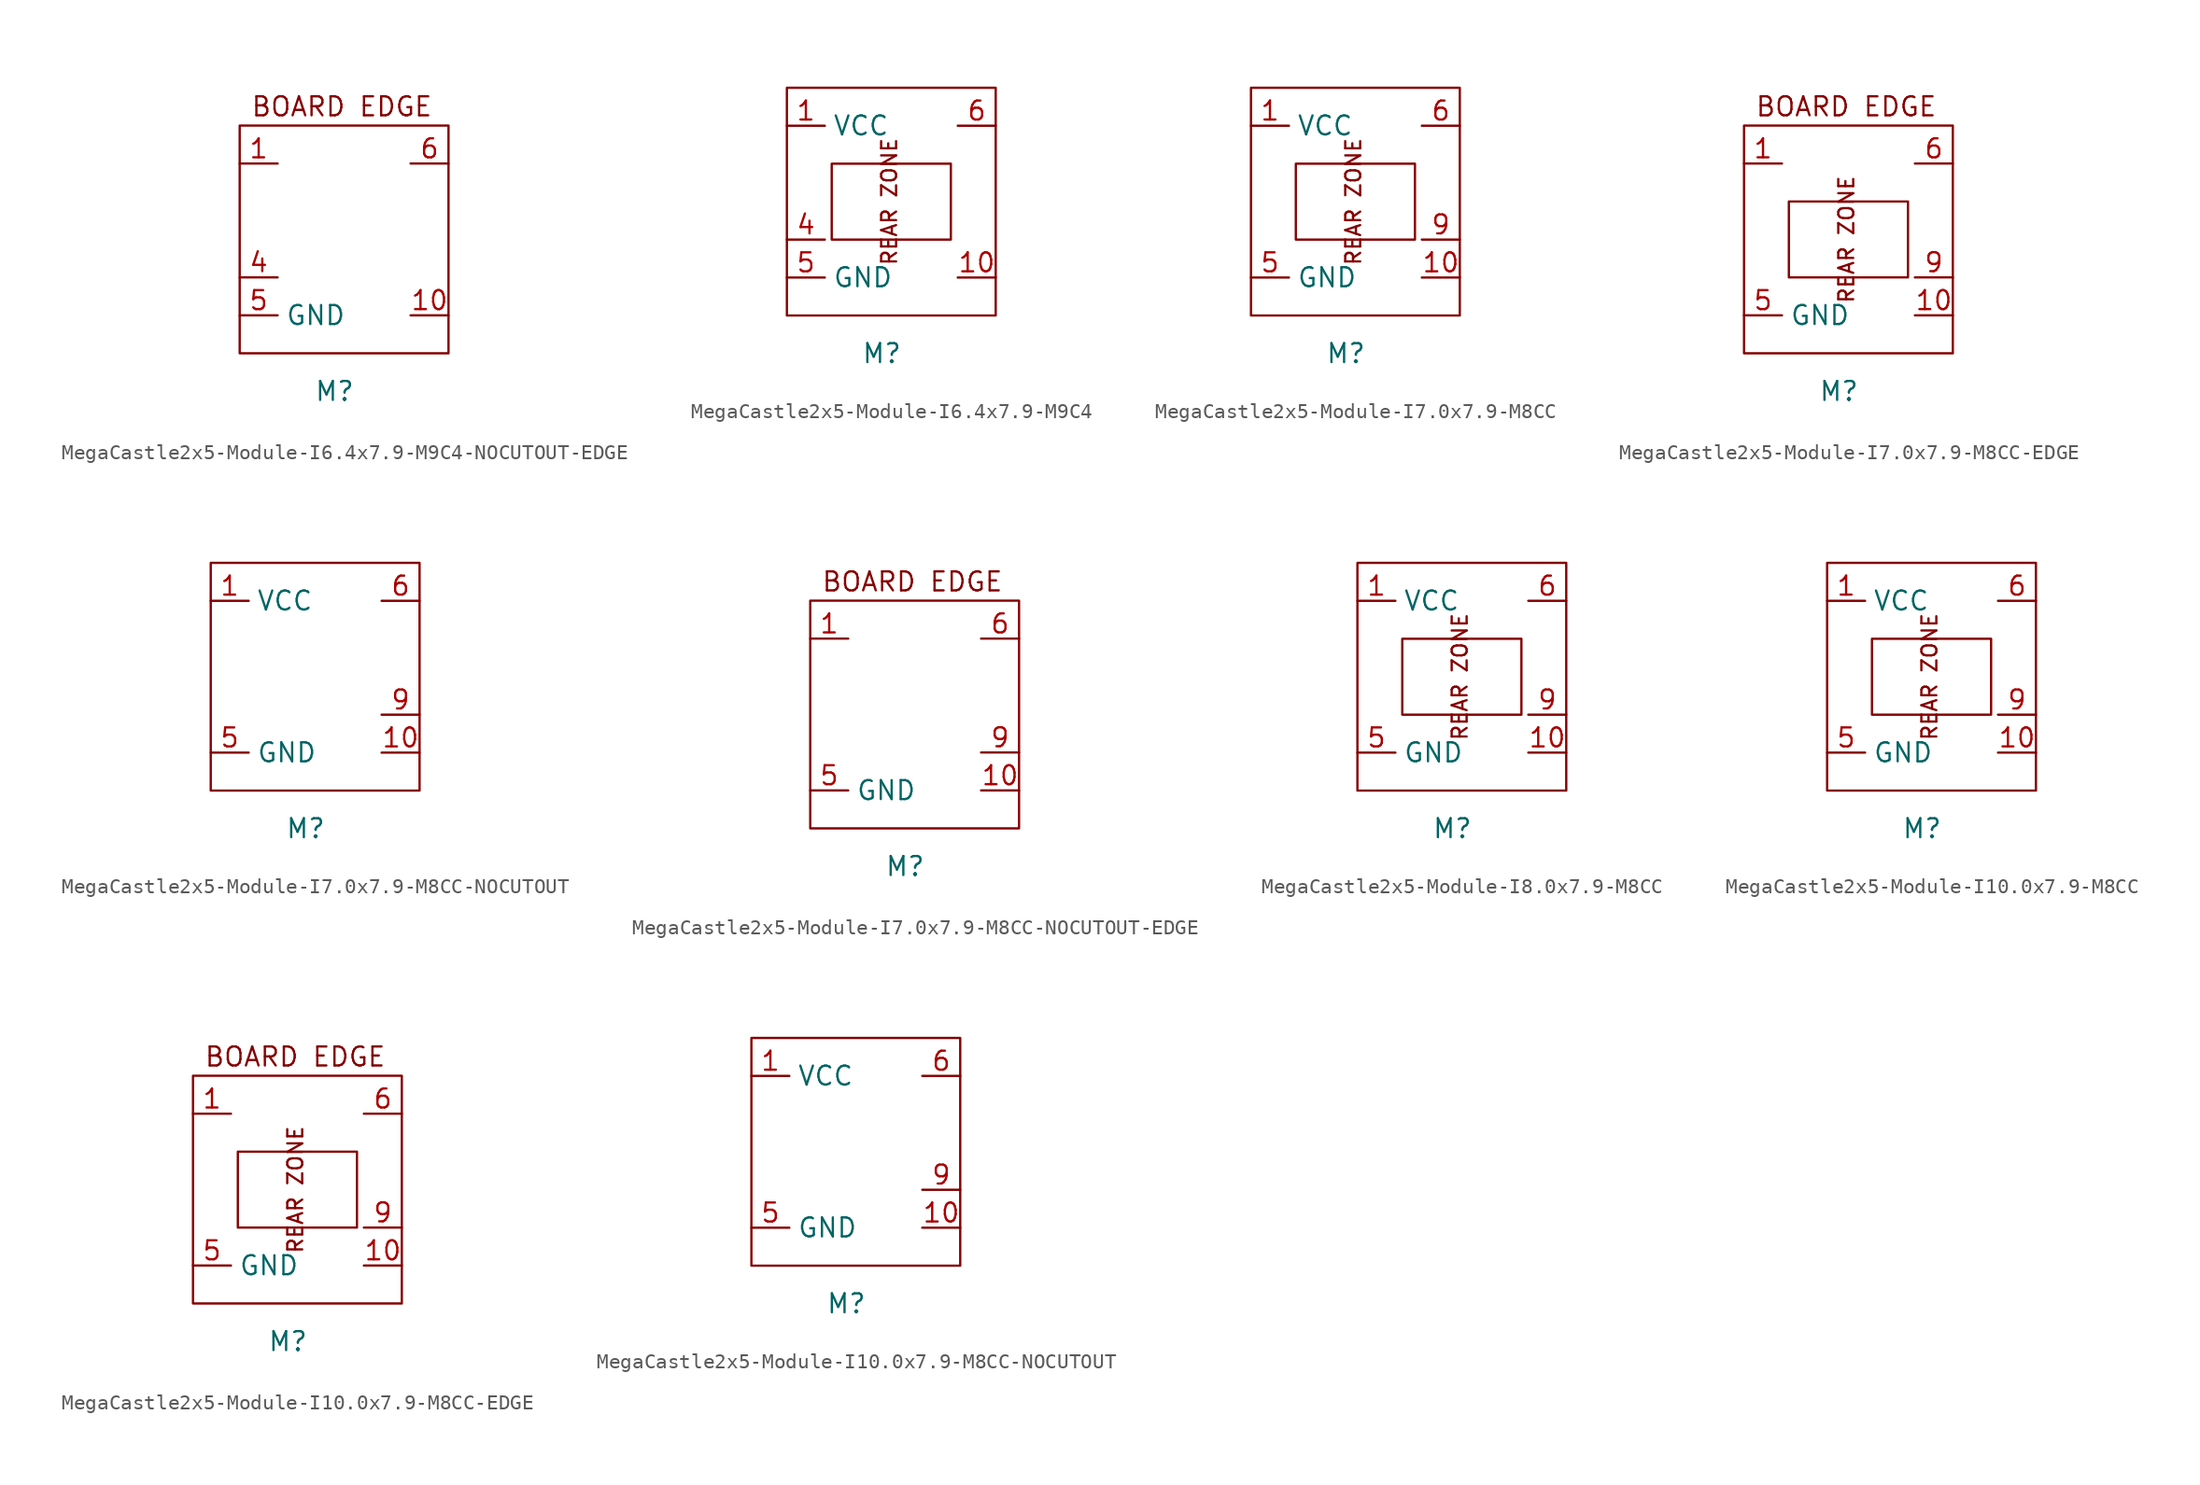
<source format=kicad_sym>
(kicad_symbol_lib
  (version 20241209)
  (generator "kicad_symbol_editor")
  (generator_version "9.0")
  (symbol "MegaCastle2x5-Module-I6.4x7.9-M9C4-NOCUTOUT-EDGE"
    (property "Reference" "M"
      (at 0 -10.16 0)
      (effects (font (size 1.27 1.27))))
    (property "Value" ""
      (at 0 5.08 0)
      (effects (font (size 1.27 1.27))))
    (symbol "MegaCastle2x5-Module-I6.4x7.9-M9C4-NOCUTOUT-EDGE_0_1"
      (rectangle (start -6.35 7.62) (end 7.62 -7.62) (stroke (width 0) (type default)) (fill (type none))))
    (symbol "MegaCastle2x5-Module-I6.4x7.9-M9C4-NOCUTOUT-EDGE_1_1"
      (text " BOARD EDGE" (at 0 8.89 0) (effects (font (size 1.27 1.27))))
      (pin bidirectional line (at -6.35 5.08 0) (length 2.54) (name "" (effects (font (size 1.27 1.27)))) (number "1" (effects (font (size 1.27 1.27)))))
      (pin bidirectional line (at -6.35 -2.54 0) (length 2.54) (name "" (effects (font (size 1.27 1.27)))) (number "4" (effects (font (size 1.27 1.27)))))
      (pin bidirectional line (at -6.35 -5.08 0) (length 2.54) (name "GND" (effects (font (size 1.27 1.27)))) (number "5" (effects (font (size 1.27 1.27)))))
      (pin bidirectional line (at 7.62 5.08 180) (length 2.54) (name "" (effects (font (size 1.27 1.27)))) (number "6" (effects (font (size 1.27 1.27)))))
      (pin bidirectional line (at 7.62 -5.08 180) (length 2.54) (name "" (effects (font (size 1.27 1.27)))) (number "10" (effects (font (size 1.27 1.27)))))))
  (symbol "MegaCastle2x5-Module-I6.4x7.9-M9C4"
    (property "Reference" "M"
      (at 0 -10.16 0)
      (effects (font (size 1.27 1.27))))
    (property "Value" ""
      (at 0 5.08 0)
      (effects (font (size 1.27 1.27))))
    (symbol "MegaCastle2x5-Module-I6.4x7.9-M9C4_0_1"
      (rectangle (start -6.35 7.62) (end 7.62 -7.62) (stroke (width 0) (type default)) (fill (type none)))
      (rectangle (start -3.35 2.54) (end 4.62 -2.54) (stroke (width 0) (type default)) (fill (type none))))
    (symbol "MegaCastle2x5-Module-I6.4x7.9-M9C4_1_1"
      (text "REAR ZONE" (at 0.5 0 900) (effects (font (size 1 1))))
      (pin bidirectional line (at -6.35 5.08 0) (length 2.54) (name "VCC" (effects (font (size 1.27 1.27)))) (number "1" (effects (font (size 1.27 1.27)))))
      (pin bidirectional line (at -6.35 -2.54 0) (length 2.54) (name "" (effects (font (size 1.27 1.27)))) (number "4" (effects (font (size 1.27 1.27)))))
      (pin bidirectional line (at -6.35 -5.08 0) (length 2.54) (name "GND" (effects (font (size 1.27 1.27)))) (number "5" (effects (font (size 1.27 1.27)))))
      (pin bidirectional line (at 7.62 5.08 180) (length 2.54) (name "" (effects (font (size 1.27 1.27)))) (number "6" (effects (font (size 1.27 1.27)))))
      (pin bidirectional line (at 7.62 -5.08 180) (length 2.54) (name "" (effects (font (size 1.27 1.27)))) (number "10" (effects (font (size 1.27 1.27)))))))
  (symbol "MegaCastle2x5-Module-I7.0x7.9-M8CC"
    (property "Reference" "M"
      (at 0 -10.16 0)
      (effects (font (size 1.27 1.27))))
    (property "Value" ""
      (at 0 5.08 0)
      (effects (font (size 1.27 1.27))))
    (symbol "MegaCastle2x5-Module-I7.0x7.9-M8CC_0_1"
      (rectangle (start -6.35 7.62) (end 7.62 -7.62) (stroke (width 0) (type default)) (fill (type none)))
      (rectangle (start -3.35 2.54) (end 4.62 -2.54) (stroke (width 0) (type default)) (fill (type none))))
    (symbol "MegaCastle2x5-Module-I7.0x7.9-M8CC_1_1"
      (text "REAR ZONE" (at 0.5 0 900) (effects (font (size 1 1))))
      (pin bidirectional line (at -6.35 5.08 0) (length 2.54) (name "VCC" (effects (font (size 1.27 1.27)))) (number "1" (effects (font (size 1.27 1.27)))))
      (pin bidirectional line (at -6.35 -5.08 0) (length 2.54) (name "GND" (effects (font (size 1.27 1.27)))) (number "5" (effects (font (size 1.27 1.27)))))
      (pin bidirectional line (at 7.62 5.08 180) (length 2.54) (name "" (effects (font (size 1.27 1.27)))) (number "6" (effects (font (size 1.27 1.27)))))
      (pin bidirectional line (at 7.62 -2.54 180) (length 2.54) (name "" (effects (font (size 1.27 1.27)))) (number "9" (effects (font (size 1.27 1.27)))))
      (pin bidirectional line (at 7.62 -5.08 180) (length 2.54) (name "" (effects (font (size 1.27 1.27)))) (number "10" (effects (font (size 1.27 1.27)))))))
  (symbol "MegaCastle2x5-Module-I7.0x7.9-M8CC-EDGE"
    (property "Reference" "M"
      (at 0 -10.16 0)
      (effects (font (size 1.27 1.27))))
    (property "Value" ""
      (at 0 5.08 0)
      (effects (font (size 1.27 1.27))))
    (symbol "MegaCastle2x5-Module-I7.0x7.9-M8CC-EDGE_0_1"
      (rectangle (start -6.35 7.62) (end 7.62 -7.62) (stroke (width 0) (type default)) (fill (type none)))
      (rectangle (start -3.35 2.54) (end 4.62 -2.54) (stroke (width 0) (type default)) (fill (type none))))
    (symbol "MegaCastle2x5-Module-I7.0x7.9-M8CC-EDGE_1_1"
      (text " BOARD EDGE" (at 0 8.89 0) (effects (font (size 1.27 1.27))))
      (text "REAR ZONE" (at 0.5 0 900) (effects (font (size 1 1))))
      (pin bidirectional line (at -6.35 5.08 0) (length 2.54) (name "" (effects (font (size 1.27 1.27)))) (number "1" (effects (font (size 1.27 1.27)))))
      (pin bidirectional line (at -6.35 -5.08 0) (length 2.54) (name "GND" (effects (font (size 1.27 1.27)))) (number "5" (effects (font (size 1.27 1.27)))))
      (pin bidirectional line (at 7.62 5.08 180) (length 2.54) (name "" (effects (font (size 1.27 1.27)))) (number "6" (effects (font (size 1.27 1.27)))))
      (pin bidirectional line (at 7.62 -2.54 180) (length 2.54) (name "" (effects (font (size 1.27 1.27)))) (number "9" (effects (font (size 1.27 1.27)))))
      (pin bidirectional line (at 7.62 -5.08 180) (length 2.54) (name "" (effects (font (size 1.27 1.27)))) (number "10" (effects (font (size 1.27 1.27)))))))
  (symbol "MegaCastle2x5-Module-I7.0x7.9-M8CC-NOCUTOUT"
    (property "Reference" "M"
      (at 0 -10.16 0)
      (effects (font (size 1.27 1.27))))
    (property "Value" ""
      (at 0 5.08 0)
      (effects (font (size 1.27 1.27))))
    (symbol "MegaCastle2x5-Module-I7.0x7.9-M8CC-NOCUTOUT_0_1"
      (rectangle (start -6.35 7.62) (end 7.62 -7.62) (stroke (width 0) (type default)) (fill (type none))))
    (symbol "MegaCastle2x5-Module-I7.0x7.9-M8CC-NOCUTOUT_1_1"
      (pin bidirectional line (at -6.35 5.08 0) (length 2.54) (name "VCC" (effects (font (size 1.27 1.27)))) (number "1" (effects (font (size 1.27 1.27)))))
      (pin bidirectional line (at -6.35 -5.08 0) (length 2.54) (name "GND" (effects (font (size 1.27 1.27)))) (number "5" (effects (font (size 1.27 1.27)))))
      (pin bidirectional line (at 7.62 5.08 180) (length 2.54) (name "" (effects (font (size 1.27 1.27)))) (number "6" (effects (font (size 1.27 1.27)))))
      (pin bidirectional line (at 7.62 -2.54 180) (length 2.54) (name "" (effects (font (size 1.27 1.27)))) (number "9" (effects (font (size 1.27 1.27)))))
      (pin bidirectional line (at 7.62 -5.08 180) (length 2.54) (name "" (effects (font (size 1.27 1.27)))) (number "10" (effects (font (size 1.27 1.27)))))))
  (symbol "MegaCastle2x5-Module-I7.0x7.9-M8CC-NOCUTOUT-EDGE"
    (property "Reference" "M"
      (at 0 -10.16 0)
      (effects (font (size 1.27 1.27))))
    (property "Value" ""
      (at 0 5.08 0)
      (effects (font (size 1.27 1.27))))
    (symbol "MegaCastle2x5-Module-I7.0x7.9-M8CC-NOCUTOUT-EDGE_0_1"
      (rectangle (start -6.35 7.62) (end 7.62 -7.62) (stroke (width 0) (type default)) (fill (type none))))
    (symbol "MegaCastle2x5-Module-I7.0x7.9-M8CC-NOCUTOUT-EDGE_1_1"
      (text " BOARD EDGE" (at 0 8.89 0) (effects (font (size 1.27 1.27))))
      (pin bidirectional line (at -6.35 5.08 0) (length 2.54) (name "" (effects (font (size 1.27 1.27)))) (number "1" (effects (font (size 1.27 1.27)))))
      (pin bidirectional line (at -6.35 -5.08 0) (length 2.54) (name "GND" (effects (font (size 1.27 1.27)))) (number "5" (effects (font (size 1.27 1.27)))))
      (pin bidirectional line (at 7.62 5.08 180) (length 2.54) (name "" (effects (font (size 1.27 1.27)))) (number "6" (effects (font (size 1.27 1.27)))))
      (pin bidirectional line (at 7.62 -2.54 180) (length 2.54) (name "" (effects (font (size 1.27 1.27)))) (number "9" (effects (font (size 1.27 1.27)))))
      (pin bidirectional line (at 7.62 -5.08 180) (length 2.54) (name "" (effects (font (size 1.27 1.27)))) (number "10" (effects (font (size 1.27 1.27)))))))
  (symbol "MegaCastle2x5-Module-I8.0x7.9-M8CC"
    (property "Reference" "M"
      (at 0 -10.16 0)
      (effects (font (size 1.27 1.27))))
    (property "Value" ""
      (at 0 5.08 0)
      (effects (font (size 1.27 1.27))))
    (symbol "MegaCastle2x5-Module-I8.0x7.9-M8CC_0_1"
      (rectangle (start -6.35 7.62) (end 7.62 -7.62) (stroke (width 0) (type default)) (fill (type none)))
      (rectangle (start -3.35 2.54) (end 4.62 -2.54) (stroke (width 0) (type default)) (fill (type none))))
    (symbol "MegaCastle2x5-Module-I8.0x7.9-M8CC_1_1"
      (text "REAR ZONE" (at 0.5 0 900) (effects (font (size 1 1))))
      (pin bidirectional line (at -6.35 5.08 0) (length 2.54) (name "VCC" (effects (font (size 1.27 1.27)))) (number "1" (effects (font (size 1.27 1.27)))))
      (pin bidirectional line (at -6.35 -5.08 0) (length 2.54) (name "GND" (effects (font (size 1.27 1.27)))) (number "5" (effects (font (size 1.27 1.27)))))
      (pin bidirectional line (at 7.62 5.08 180) (length 2.54) (name "" (effects (font (size 1.27 1.27)))) (number "6" (effects (font (size 1.27 1.27)))))
      (pin bidirectional line (at 7.62 -2.54 180) (length 2.54) (name "" (effects (font (size 1.27 1.27)))) (number "9" (effects (font (size 1.27 1.27)))))
      (pin bidirectional line (at 7.62 -5.08 180) (length 2.54) (name "" (effects (font (size 1.27 1.27)))) (number "10" (effects (font (size 1.27 1.27)))))))
  (symbol "MegaCastle2x5-Module-I10.0x7.9-M8CC"
    (property "Reference" "M"
      (at 0 -10.16 0)
      (effects (font (size 1.27 1.27))))
    (property "Value" ""
      (at 0 5.08 0)
      (effects (font (size 1.27 1.27))))
    (symbol "MegaCastle2x5-Module-I10.0x7.9-M8CC_0_1"
      (rectangle (start -6.35 7.62) (end 7.62 -7.62) (stroke (width 0) (type default)) (fill (type none)))
      (rectangle (start -3.35 2.54) (end 4.62 -2.54) (stroke (width 0) (type default)) (fill (type none))))
    (symbol "MegaCastle2x5-Module-I10.0x7.9-M8CC_1_1"
      (text "REAR ZONE" (at 0.5 0 900) (effects (font (size 1 1))))
      (pin bidirectional line (at -6.35 5.08 0) (length 2.54) (name "VCC" (effects (font (size 1.27 1.27)))) (number "1" (effects (font (size 1.27 1.27)))))
      (pin bidirectional line (at -6.35 -5.08 0) (length 2.54) (name "GND" (effects (font (size 1.27 1.27)))) (number "5" (effects (font (size 1.27 1.27)))))
      (pin bidirectional line (at 7.62 5.08 180) (length 2.54) (name "" (effects (font (size 1.27 1.27)))) (number "6" (effects (font (size 1.27 1.27)))))
      (pin bidirectional line (at 7.62 -2.54 180) (length 2.54) (name "" (effects (font (size 1.27 1.27)))) (number "9" (effects (font (size 1.27 1.27)))))
      (pin bidirectional line (at 7.62 -5.08 180) (length 2.54) (name "" (effects (font (size 1.27 1.27)))) (number "10" (effects (font (size 1.27 1.27)))))))
  (symbol "MegaCastle2x5-Module-I10.0x7.9-M8CC-EDGE"
    (property "Reference" "M"
      (at 0 -10.16 0)
      (effects (font (size 1.27 1.27))))
    (property "Value" ""
      (at 0 5.08 0)
      (effects (font (size 1.27 1.27))))
    (symbol "MegaCastle2x5-Module-I10.0x7.9-M8CC-EDGE_0_1"
      (rectangle (start -6.35 7.62) (end 7.62 -7.62) (stroke (width 0) (type default)) (fill (type none)))
      (rectangle (start -3.35 2.54) (end 4.62 -2.54) (stroke (width 0) (type default)) (fill (type none))))
    (symbol "MegaCastle2x5-Module-I10.0x7.9-M8CC-EDGE_1_1"
      (text " BOARD EDGE" (at 0 8.89 0) (effects (font (size 1.27 1.27))))
      (text "REAR ZONE" (at 0.5 0 900) (effects (font (size 1 1))))
      (pin bidirectional line (at -6.35 5.08 0) (length 2.54) (name "" (effects (font (size 1.27 1.27)))) (number "1" (effects (font (size 1.27 1.27)))))
      (pin bidirectional line (at -6.35 -5.08 0) (length 2.54) (name "GND" (effects (font (size 1.27 1.27)))) (number "5" (effects (font (size 1.27 1.27)))))
      (pin bidirectional line (at 7.62 5.08 180) (length 2.54) (name "" (effects (font (size 1.27 1.27)))) (number "6" (effects (font (size 1.27 1.27)))))
      (pin bidirectional line (at 7.62 -2.54 180) (length 2.54) (name "" (effects (font (size 1.27 1.27)))) (number "9" (effects (font (size 1.27 1.27)))))
      (pin bidirectional line (at 7.62 -5.08 180) (length 2.54) (name "" (effects (font (size 1.27 1.27)))) (number "10" (effects (font (size 1.27 1.27)))))))
  (symbol "MegaCastle2x5-Module-I10.0x7.9-M8CC-NOCUTOUT"
    (property "Reference" "M"
      (at 0 -10.16 0)
      (effects (font (size 1.27 1.27))))
    (property "Value" ""
      (at 0 5.08 0)
      (effects (font (size 1.27 1.27))))
    (symbol "MegaCastle2x5-Module-I10.0x7.9-M8CC-NOCUTOUT_0_1"
      (rectangle (start -6.35 7.62) (end 7.62 -7.62) (stroke (width 0) (type default)) (fill (type none))))
    (symbol "MegaCastle2x5-Module-I10.0x7.9-M8CC-NOCUTOUT_1_1"
      (pin bidirectional line (at -6.35 5.08 0) (length 2.54) (name "VCC" (effects (font (size 1.27 1.27)))) (number "1" (effects (font (size 1.27 1.27)))))
      (pin bidirectional line (at -6.35 -5.08 0) (length 2.54) (name "GND" (effects (font (size 1.27 1.27)))) (number "5" (effects (font (size 1.27 1.27)))))
      (pin bidirectional line (at 7.62 5.08 180) (length 2.54) (name "" (effects (font (size 1.27 1.27)))) (number "6" (effects (font (size 1.27 1.27)))))
      (pin bidirectional line (at 7.62 -2.54 180) (length 2.54) (name "" (effects (font (size 1.27 1.27)))) (number "9" (effects (font (size 1.27 1.27)))))
      (pin bidirectional line (at 7.62 -5.08 180) (length 2.54) (name "" (effects (font (size 1.27 1.27)))) (number "10" (effects (font (size 1.27 1.27))))))))
</source>
